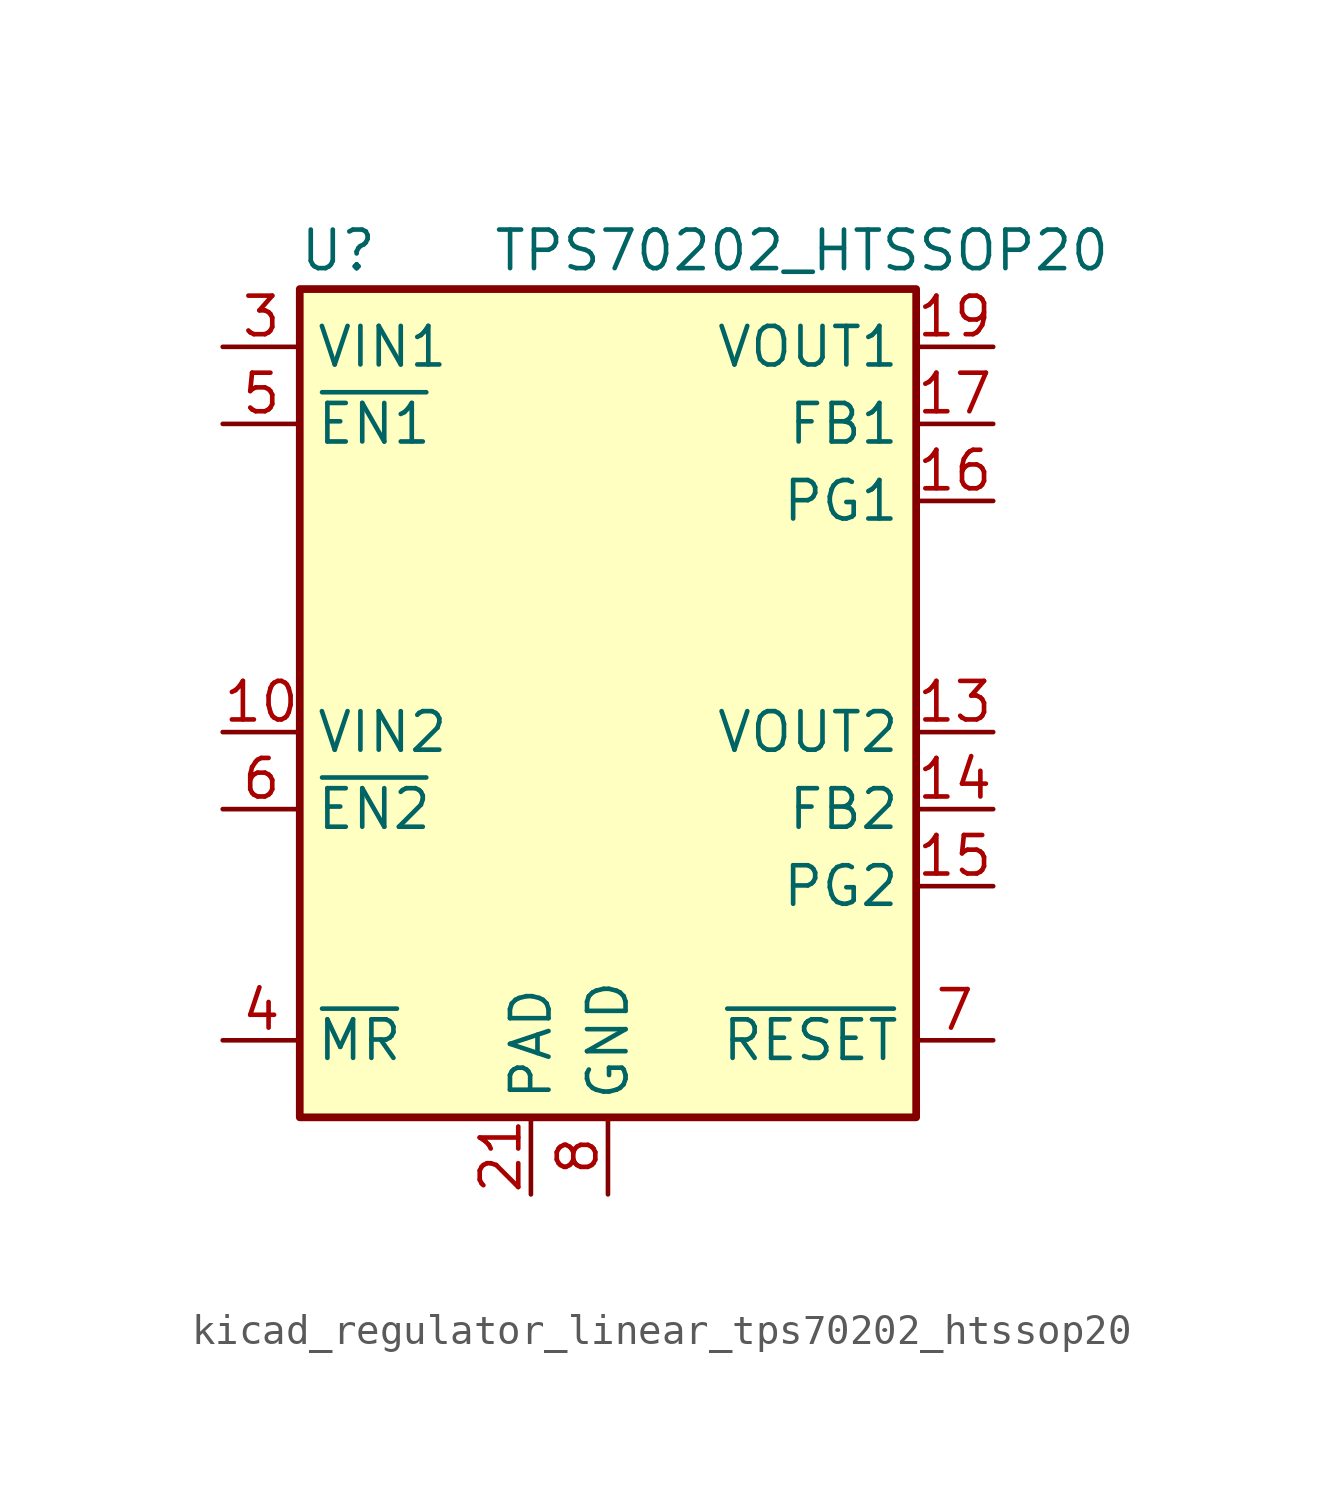
<source format=kicad_sym>
(kicad_symbol_lib
  (version 20220914)
  (generator kicad_symbol_editor)
  (symbol "kicad_regulator_linear_tps70202_htssop20"
    (property "Reference" "U"
      (at -8.89 15.875 0)
      (effects (font (size 1.27 1.27))))
    (property "Value" "TPS70202_HTSSOP20"
      (at -3.81 15.875 0)
      (effects (font (size 1.27 1.27)) (justify left)))
    (symbol "kicad_regulator_linear_tps70202_htssop20_0_1"
      (rectangle (start -10.16 14.605) (end 10.16 -12.7) (stroke (width 0.254) (type default)) (fill (type background))))
    (symbol "kicad_regulator_linear_tps70202_htssop20_1_1"
      (pin no_connect line (at -10.16 7.62 0) (length 2.54) hide (name "NC" (effects (font (size 1.27 1.27)))) (number "1" (effects (font (size 1.27 1.27)))))
      (pin power_in line (at -12.7 0 0) (length 2.54) (name "VIN2" (effects (font (size 1.27 1.27)))) (number "10" (effects (font (size 1.27 1.27)))))
      (pin no_connect line (at -10.16 5.08 0) (length 2.54) hide (name "NC" (effects (font (size 1.27 1.27)))) (number "11" (effects (font (size 1.27 1.27)))))
      (pin passive line (at 12.7 0 180) (length 2.54) hide (name "VOUT2" (effects (font (size 1.27 1.27)))) (number "12" (effects (font (size 1.27 1.27)))))
      (pin power_out line (at 12.7 0 180) (length 2.54) (name "VOUT2" (effects (font (size 1.27 1.27)))) (number "13" (effects (font (size 1.27 1.27)))))
      (pin input line (at 12.7 -2.54 180) (length 2.54) (name "FB2" (effects (font (size 1.27 1.27)))) (number "14" (effects (font (size 1.27 1.27)))))
      (pin open_collector line (at 12.7 -5.08 180) (length 2.54) (name "PG2" (effects (font (size 1.27 1.27)))) (number "15" (effects (font (size 1.27 1.27)))))
      (pin open_collector line (at 12.7 7.62 180) (length 2.54) (name "PG1" (effects (font (size 1.27 1.27)))) (number "16" (effects (font (size 1.27 1.27)))))
      (pin input line (at 12.7 10.16 180) (length 2.54) (name "FB1" (effects (font (size 1.27 1.27)))) (number "17" (effects (font (size 1.27 1.27)))))
      (pin passive line (at 12.7 12.7 180) (length 2.54) hide (name "VOUT1" (effects (font (size 1.27 1.27)))) (number "18" (effects (font (size 1.27 1.27)))))
      (pin power_out line (at 12.7 12.7 180) (length 2.54) (name "VOUT1" (effects (font (size 1.27 1.27)))) (number "19" (effects (font (size 1.27 1.27)))))
      (pin passive line (at -12.7 12.7 0) (length 2.54) hide (name "VIN1" (effects (font (size 1.27 1.27)))) (number "2" (effects (font (size 1.27 1.27)))))
      (pin no_connect line (at -10.16 -5.08 0) (length 2.54) hide (name "NC" (effects (font (size 1.27 1.27)))) (number "20" (effects (font (size 1.27 1.27)))))
      (pin power_in line (at -2.54 -15.24 90) (length 2.54) (name "PAD" (effects (font (size 1.27 1.27)))) (number "21" (effects (font (size 1.27 1.27)))))
      (pin power_in line (at -12.7 12.7 0) (length 2.54) (name "VIN1" (effects (font (size 1.27 1.27)))) (number "3" (effects (font (size 1.27 1.27)))))
      (pin input line (at -12.7 -10.16 0) (length 2.54) (name "~{MR}" (effects (font (size 1.27 1.27)))) (number "4" (effects (font (size 1.27 1.27)))))
      (pin input line (at -12.7 10.16 0) (length 2.54) (name "~{EN1}" (effects (font (size 1.27 1.27)))) (number "5" (effects (font (size 1.27 1.27)))))
      (pin input line (at -12.7 -2.54 0) (length 2.54) (name "~{EN2}" (effects (font (size 1.27 1.27)))) (number "6" (effects (font (size 1.27 1.27)))))
      (pin open_collector line (at 12.7 -10.16 180) (length 2.54) (name "~{RESET}" (effects (font (size 1.27 1.27)))) (number "7" (effects (font (size 1.27 1.27)))))
      (pin power_in line (at 0 -15.24 90) (length 2.54) (name "GND" (effects (font (size 1.27 1.27)))) (number "8" (effects (font (size 1.27 1.27)))))
      (pin passive line (at -12.7 0 0) (length 2.54) hide (name "VIN2" (effects (font (size 1.27 1.27)))) (number "9" (effects (font (size 1.27 1.27))))))))
</source>
